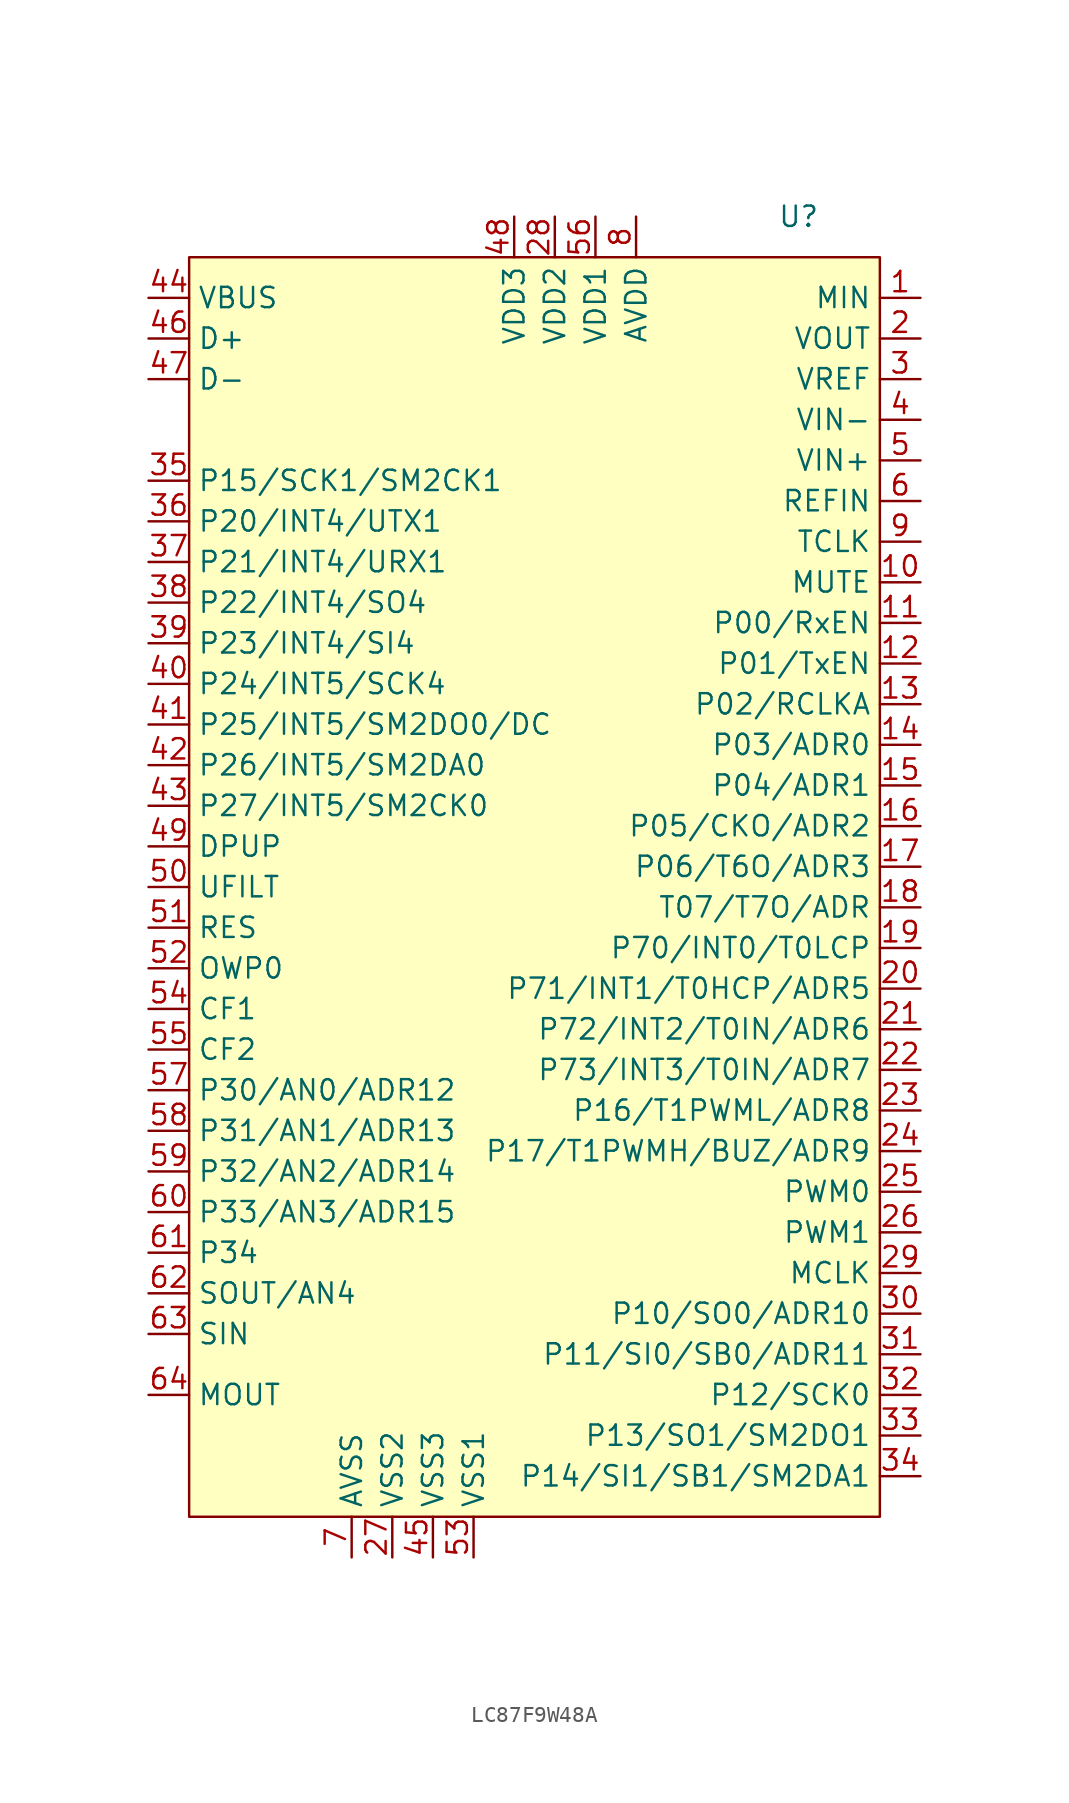
<source format=kicad_sym>
(kicad_symbol_lib
  (version 20220914)
  (generator kicad_symbol_editor)
  (symbol "LC87F9W48A"
    (property "Reference" "U"
      (at 5.08 5.08 0)
      (effects (font (size 1.27 1.27))))
    (property "Value" ""
      (at 12.7 0 0)
      (effects (font (size 1.27 1.27))))
    (symbol "LC87F9W48A_0_0"
      (pin unspecified line (at 12.7 0 180) (length 2.54) (name "MIN" (effects (font (size 1.27 1.27)))) (number "1" (effects (font (size 1.27 1.27)))))
      (pin unspecified line (at 12.7 -20.32 180) (length 2.54) (name "P00/RxEN" (effects (font (size 1.27 1.27)))) (number "11" (effects (font (size 1.27 1.27)))))
      (pin unspecified line (at 12.7 -22.86 180) (length 2.54) (name "P01/TxEN" (effects (font (size 1.27 1.27)))) (number "12" (effects (font (size 1.27 1.27)))))
      (pin unspecified line (at 12.7 -25.4 180) (length 2.54) (name "P02/RCLKA" (effects (font (size 1.27 1.27)))) (number "13" (effects (font (size 1.27 1.27)))))
      (pin unspecified line (at 12.7 -27.94 180) (length 2.54) (name "P03/ADR0" (effects (font (size 1.27 1.27)))) (number "14" (effects (font (size 1.27 1.27)))))
      (pin unspecified line (at 12.7 -30.48 180) (length 2.54) (name "P04/ADR1" (effects (font (size 1.27 1.27)))) (number "15" (effects (font (size 1.27 1.27)))))
      (pin unspecified line (at 12.7 -33.02 180) (length 2.54) (name "P05/CKO/ADR2" (effects (font (size 1.27 1.27)))) (number "16" (effects (font (size 1.27 1.27)))))
      (pin unspecified line (at 12.7 -35.56 180) (length 2.54) (name "P06/T6O/ADR3" (effects (font (size 1.27 1.27)))) (number "17" (effects (font (size 1.27 1.27)))))
      (pin unspecified line (at 12.7 -38.1 180) (length 2.54) (name "T07/T7O/ADR" (effects (font (size 1.27 1.27)))) (number "18" (effects (font (size 1.27 1.27)))))
      (pin unspecified line (at 12.7 -40.64 180) (length 2.54) (name "P70/INT0/T0LCP" (effects (font (size 1.27 1.27)))) (number "19" (effects (font (size 1.27 1.27)))))
      (pin unspecified line (at 12.7 -2.54 180) (length 2.54) (name "VOUT" (effects (font (size 1.27 1.27)))) (number "2" (effects (font (size 1.27 1.27)))))
      (pin unspecified line (at 12.7 -43.18 180) (length 2.54) (name "P71/INT1/T0HCP/ADR5" (effects (font (size 1.27 1.27)))) (number "20" (effects (font (size 1.27 1.27)))))
      (pin unspecified line (at 12.7 -45.72 180) (length 2.54) (name "P72/INT2/T0IN/ADR6" (effects (font (size 1.27 1.27)))) (number "21" (effects (font (size 1.27 1.27)))))
      (pin unspecified line (at 12.7 -48.26 180) (length 2.54) (name "P73/INT3/T0IN/ADR7" (effects (font (size 1.27 1.27)))) (number "22" (effects (font (size 1.27 1.27)))))
      (pin unspecified line (at 12.7 -50.8 180) (length 2.54) (name "P16/T1PWML/ADR8" (effects (font (size 1.27 1.27)))) (number "23" (effects (font (size 1.27 1.27)))))
      (pin unspecified line (at 12.7 -53.34 180) (length 2.54) (name "P17/T1PWMH/BUZ/ADR9" (effects (font (size 1.27 1.27)))) (number "24" (effects (font (size 1.27 1.27)))))
      (pin unspecified line (at 12.7 -55.88 180) (length 2.54) (name "PWM0" (effects (font (size 1.27 1.27)))) (number "25" (effects (font (size 1.27 1.27)))))
      (pin unspecified line (at 12.7 -58.42 180) (length 2.54) (name "PWM1" (effects (font (size 1.27 1.27)))) (number "26" (effects (font (size 1.27 1.27)))))
      (pin unspecified line (at -20.32 -78.74 90) (length 2.54) (name "VSS2" (effects (font (size 1.27 1.27)))) (number "27" (effects (font (size 1.27 1.27)))))
      (pin unspecified line (at -10.16 5.08 270) (length 2.54) (name "VDD2" (effects (font (size 1.27 1.27)))) (number "28" (effects (font (size 1.27 1.27)))))
      (pin unspecified line (at 12.7 -60.96 180) (length 2.54) (name "MCLK" (effects (font (size 1.27 1.27)))) (number "29" (effects (font (size 1.27 1.27)))))
      (pin unspecified line (at 12.7 -5.08 180) (length 2.54) (name "VREF" (effects (font (size 1.27 1.27)))) (number "3" (effects (font (size 1.27 1.27)))))
      (pin unspecified line (at 12.7 -63.5 180) (length 2.54) (name "P10/SO0/ADR10" (effects (font (size 1.27 1.27)))) (number "30" (effects (font (size 1.27 1.27)))))
      (pin unspecified line (at 12.7 -66.04 180) (length 2.54) (name "P11/SI0/SB0/ADR11" (effects (font (size 1.27 1.27)))) (number "31" (effects (font (size 1.27 1.27)))))
      (pin unspecified line (at 12.7 -68.58 180) (length 2.54) (name "P12/SCK0" (effects (font (size 1.27 1.27)))) (number "32" (effects (font (size 1.27 1.27)))))
      (pin unspecified line (at 12.7 -71.12 180) (length 2.54) (name "P13/SO1/SM2DO1" (effects (font (size 1.27 1.27)))) (number "33" (effects (font (size 1.27 1.27)))))
      (pin unspecified line (at 12.7 -73.66 180) (length 2.54) (name "P14/SI1/SB1/SM2DA1" (effects (font (size 1.27 1.27)))) (number "34" (effects (font (size 1.27 1.27)))))
      (pin unspecified line (at -35.56 -11.43 0) (length 2.54) (name "P15/SCK1/SM2CK1" (effects (font (size 1.27 1.27)))) (number "35" (effects (font (size 1.27 1.27)))))
      (pin unspecified line (at -35.56 -13.97 0) (length 2.54) (name "P20/INT4/UTX1" (effects (font (size 1.27 1.27)))) (number "36" (effects (font (size 1.27 1.27)))))
      (pin unspecified line (at -35.56 -16.51 0) (length 2.54) (name "P21/INT4/URX1" (effects (font (size 1.27 1.27)))) (number "37" (effects (font (size 1.27 1.27)))))
      (pin unspecified line (at -35.56 -19.05 0) (length 2.54) (name "P22/INT4/SO4" (effects (font (size 1.27 1.27)))) (number "38" (effects (font (size 1.27 1.27)))))
      (pin unspecified line (at -35.56 -21.59 0) (length 2.54) (name "P23/INT4/SI4" (effects (font (size 1.27 1.27)))) (number "39" (effects (font (size 1.27 1.27)))))
      (pin unspecified line (at 12.7 -7.62 180) (length 2.54) (name "VIN−" (effects (font (size 1.27 1.27)))) (number "4" (effects (font (size 1.27 1.27)))))
      (pin unspecified line (at -35.56 -24.13 0) (length 2.54) (name "P24/INT5/SCK4" (effects (font (size 1.27 1.27)))) (number "40" (effects (font (size 1.27 1.27)))))
      (pin unspecified line (at -35.56 -31.75 0) (length 2.54) (name "P27/INT5/SM2CK0" (effects (font (size 1.27 1.27)))) (number "43" (effects (font (size 1.27 1.27)))))
      (pin unspecified line (at -35.56 0 0) (length 2.54) (name "VBUS" (effects (font (size 1.27 1.27)))) (number "44" (effects (font (size 1.27 1.27)))))
      (pin unspecified line (at -17.78 -78.74 90) (length 2.54) (name "VSS3" (effects (font (size 1.27 1.27)))) (number "45" (effects (font (size 1.27 1.27)))))
      (pin unspecified line (at -35.56 -2.54 0) (length 2.54) (name "D+" (effects (font (size 1.27 1.27)))) (number "46" (effects (font (size 1.27 1.27)))))
      (pin unspecified line (at -35.56 -5.08 0) (length 2.54) (name "D−" (effects (font (size 1.27 1.27)))) (number "47" (effects (font (size 1.27 1.27)))))
      (pin unspecified line (at -12.7 5.08 270) (length 2.54) (name "VDD3" (effects (font (size 1.27 1.27)))) (number "48" (effects (font (size 1.27 1.27)))))
      (pin unspecified line (at -35.56 -34.29 0) (length 2.54) (name "DPUP" (effects (font (size 1.27 1.27)))) (number "49" (effects (font (size 1.27 1.27)))))
      (pin unspecified line (at 12.7 -10.16 180) (length 2.54) (name "VIN+" (effects (font (size 1.27 1.27)))) (number "5" (effects (font (size 1.27 1.27)))))
      (pin unspecified line (at -35.56 -39.37 0) (length 2.54) (name "RES" (effects (font (size 1.27 1.27)))) (number "51" (effects (font (size 1.27 1.27)))))
      (pin unspecified line (at -35.56 -41.91 0) (length 2.54) (name "OWP0" (effects (font (size 1.27 1.27)))) (number "52" (effects (font (size 1.27 1.27)))))
      (pin unspecified line (at -15.24 -78.74 90) (length 2.54) (name "VSS1" (effects (font (size 1.27 1.27)))) (number "53" (effects (font (size 1.27 1.27)))))
      (pin unspecified line (at -35.56 -44.45 0) (length 2.54) (name "CF1" (effects (font (size 1.27 1.27)))) (number "54" (effects (font (size 1.27 1.27)))))
      (pin unspecified line (at -35.56 -46.99 0) (length 2.54) (name "CF2" (effects (font (size 1.27 1.27)))) (number "55" (effects (font (size 1.27 1.27)))))
      (pin unspecified line (at -7.62 5.08 270) (length 2.54) (name "VDD1" (effects (font (size 1.27 1.27)))) (number "56" (effects (font (size 1.27 1.27)))))
      (pin unspecified line (at -35.56 -49.53 0) (length 2.54) (name "P30/AN0/ADR12" (effects (font (size 1.27 1.27)))) (number "57" (effects (font (size 1.27 1.27)))))
      (pin unspecified line (at -35.56 -52.07 0) (length 2.54) (name "P31/AN1/ADR13" (effects (font (size 1.27 1.27)))) (number "58" (effects (font (size 1.27 1.27)))))
      (pin unspecified line (at -35.56 -54.61 0) (length 2.54) (name "P32/AN2/ADR14" (effects (font (size 1.27 1.27)))) (number "59" (effects (font (size 1.27 1.27)))))
      (pin unspecified line (at 12.7 -12.7 180) (length 2.54) (name "REFIN" (effects (font (size 1.27 1.27)))) (number "6" (effects (font (size 1.27 1.27)))))
      (pin unspecified line (at -35.56 -57.15 0) (length 2.54) (name "P33/AN3/ADR15" (effects (font (size 1.27 1.27)))) (number "60" (effects (font (size 1.27 1.27)))))
      (pin unspecified line (at -35.56 -59.69 0) (length 2.54) (name "P34" (effects (font (size 1.27 1.27)))) (number "61" (effects (font (size 1.27 1.27)))))
      (pin unspecified line (at -35.56 -62.23 0) (length 2.54) (name "SOUT/AN4" (effects (font (size 1.27 1.27)))) (number "62" (effects (font (size 1.27 1.27)))))
      (pin unspecified line (at -35.56 -64.77 0) (length 2.54) (name "SIN" (effects (font (size 1.27 1.27)))) (number "63" (effects (font (size 1.27 1.27)))))
      (pin unspecified line (at -35.56 -68.58 0) (length 2.54) (name "MOUT" (effects (font (size 1.27 1.27)))) (number "64" (effects (font (size 1.27 1.27)))))
      (pin unspecified line (at -22.86 -78.74 90) (length 2.54) (name "AVSS" (effects (font (size 1.27 1.27)))) (number "7" (effects (font (size 1.27 1.27)))))
      (pin unspecified line (at -5.08 5.08 270) (length 2.54) (name "AVDD" (effects (font (size 1.27 1.27)))) (number "8" (effects (font (size 1.27 1.27))))))
    (symbol "LC87F9W48A_1_0"
      (pin unspecified line (at 12.7 -17.78 180) (length 2.54) (name "MUTE" (effects (font (size 1.27 1.27)))) (number "10" (effects (font (size 1.27 1.27)))))
      (pin unspecified line (at -35.56 -26.67 0) (length 2.54) (name "P25/INT5/SM2DO0/DC" (effects (font (size 1.27 1.27)))) (number "41" (effects (font (size 1.27 1.27)))))
      (pin unspecified line (at -35.56 -29.21 0) (length 2.54) (name "P26/INT5/SM2DA0" (effects (font (size 1.27 1.27)))) (number "42" (effects (font (size 1.27 1.27)))))
      (pin unspecified line (at -35.56 -36.83 0) (length 2.54) (name "UFILT" (effects (font (size 1.27 1.27)))) (number "50" (effects (font (size 1.27 1.27)))))
      (pin unspecified line (at 12.7 -15.24 180) (length 2.54) (name "TCLK" (effects (font (size 1.27 1.27)))) (number "9" (effects (font (size 1.27 1.27))))))
    (symbol "LC87F9W48A_1_1"
      (rectangle (start -33.02 2.54) (end 10.16 -76.2) (stroke (width 0) (type default)) (fill (type background))))))
</source>
